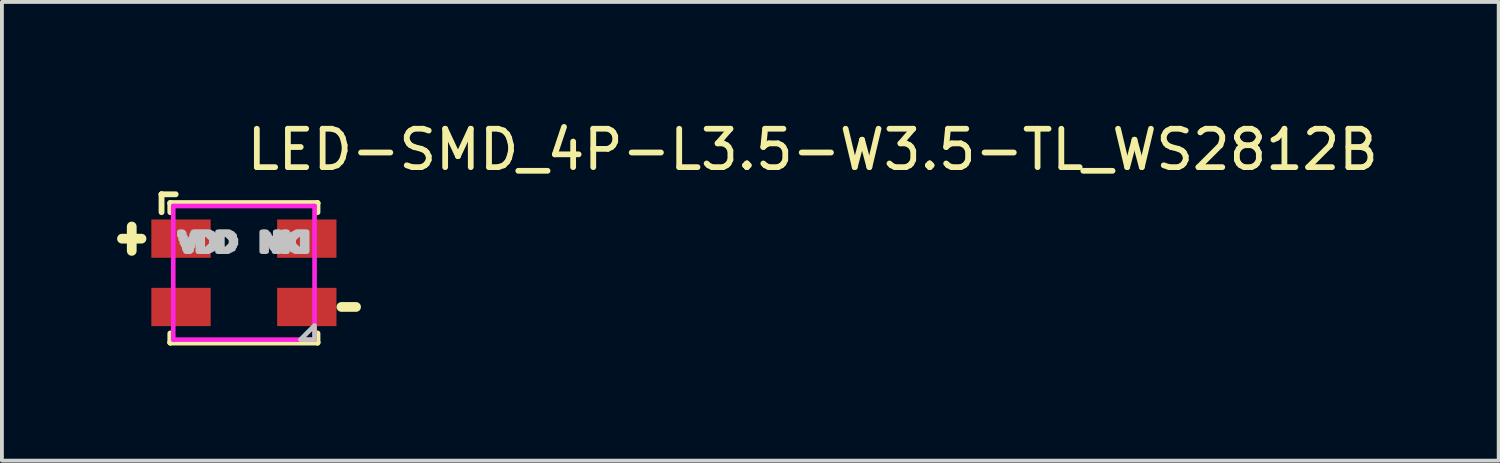
<source format=kicad_pcb>
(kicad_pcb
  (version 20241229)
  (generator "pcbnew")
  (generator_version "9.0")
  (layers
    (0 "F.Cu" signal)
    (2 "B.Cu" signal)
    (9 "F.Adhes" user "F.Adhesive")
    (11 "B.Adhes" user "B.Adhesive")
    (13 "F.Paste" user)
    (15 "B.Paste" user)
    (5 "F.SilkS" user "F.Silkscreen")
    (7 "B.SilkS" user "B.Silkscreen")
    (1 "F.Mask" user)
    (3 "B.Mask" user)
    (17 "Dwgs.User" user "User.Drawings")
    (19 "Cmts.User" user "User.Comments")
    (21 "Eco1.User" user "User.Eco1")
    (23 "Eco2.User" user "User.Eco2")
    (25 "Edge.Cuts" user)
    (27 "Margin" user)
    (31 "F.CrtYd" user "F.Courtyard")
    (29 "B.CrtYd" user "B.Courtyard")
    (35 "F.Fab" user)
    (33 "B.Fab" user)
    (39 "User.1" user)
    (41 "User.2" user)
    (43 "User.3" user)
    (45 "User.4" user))
  (footprint "LED-SMD_4P-L3.5-W3.5-TL_WS2812B"
    (layer "F.Cu")
    (at 3.302 4.055)
    (property "Reference" "LED-SMD_4P-L3.5-W3.5-TL_WS2812B" (at 0 -3.207 0) (layer "F.SilkS") (effects (font (size 1 1) (thickness 0.15)) (justify left)))
    (attr through_hole)
    (fp_line (start -3.175 -0.889) (end -2.667 -0.889) (stroke (width 0.254) (type solid)) (layer "F.SilkS"))
    (fp_line (start -2.921 -1.206) (end -2.921 -0.571) (stroke (width 0.254) (type solid)) (layer "F.SilkS"))
    (fp_line (start -2.145 -2.045) (end -2.145 -2.045) (stroke (width 0.152) (type solid)) (layer "F.SilkS"))
    (fp_line (start -2.145 -2.045) (end -1.777 -2.045) (stroke (width 0.152) (type solid)) (layer "F.SilkS"))
    (fp_line (start -2.145 -1.579) (end -2.145 -2.045) (stroke (width 0.152) (type solid)) (layer "F.SilkS"))
    (fp_line (start -1.916 -1.816) (end -1.916 -1.816) (stroke (width 0.152) (type solid)) (layer "F.SilkS"))
    (fp_line (start -1.916 -1.816) (end 1.916 -1.816) (stroke (width 0.152) (type solid)) (layer "F.SilkS"))
    (fp_line (start -1.916 -1.579) (end -1.916 -1.816) (stroke (width 0.152) (type solid)) (layer "F.SilkS"))
    (fp_line (start -1.916 1.579) (end -1.916 1.816) (stroke (width 0.152) (type solid)) (layer "F.SilkS"))
    (fp_line (start -1.916 1.816) (end -1.916 1.816) (stroke (width 0.152) (type solid)) (layer "F.SilkS"))
    (fp_line (start -1.916 1.816) (end 1.916 1.816) (stroke (width 0.152) (type solid)) (layer "F.SilkS"))
    (fp_line (start 1.916 -1.816) (end 1.916 -1.816) (stroke (width 0.152) (type solid)) (layer "F.SilkS"))
    (fp_line (start 1.916 -1.816) (end 1.916 -1.579) (stroke (width 0.152) (type solid)) (layer "F.SilkS"))
    (fp_line (start 1.916 1.816) (end 1.916 1.579) (stroke (width 0.152) (type solid)) (layer "F.SilkS"))
    (fp_line (start 1.916 1.816) (end 1.916 1.816) (stroke (width 0.152) (type solid)) (layer "F.SilkS"))
    (fp_line (start 2.54 0.889) (end 2.921 0.889) (stroke (width 0.254) (type solid)) (layer "F.SilkS"))
    (fp_poly (pts (xy -1.68 -1.066) (xy -1.648 -1.066) (xy -1.648 -0.97) (xy -1.68 -0.97)) (stroke (width 0.12) (type solid)) (fill no) (layer "Dwgs.User"))
    (fp_poly (pts (xy -1.648 -1.066) (xy -1.616 -1.066) (xy -1.616 -0.874) (xy -1.648 -0.874)) (stroke (width 0.12) (type solid)) (fill no) (layer "Dwgs.User"))
    (fp_poly (pts (xy -1.616 -1.066) (xy -1.584 -1.066) (xy -1.584 -0.778) (xy -1.616 -0.778)) (stroke (width 0.12) (type solid)) (fill no) (layer "Dwgs.User"))
    (fp_poly (pts (xy -1.584 -1.034) (xy -1.552 -1.034) (xy -1.552 -0.714) (xy -1.584 -0.714)) (stroke (width 0.12) (type solid)) (fill no) (layer "Dwgs.User"))
    (fp_poly (pts (xy -1.552 -0.938) (xy -1.52 -0.938) (xy -1.52 -0.618) (xy -1.552 -0.618)) (stroke (width 0.12) (type solid)) (fill no) (layer "Dwgs.User"))
    (fp_poly (pts (xy -1.52 -0.842) (xy -1.488 -0.842) (xy -1.488 -0.554) (xy -1.52 -0.554)) (stroke (width 0.12) (type solid)) (fill no) (layer "Dwgs.User"))
    (fp_poly (pts (xy -1.488 -0.746) (xy -1.456 -0.746) (xy -1.456 -0.554) (xy -1.488 -0.554)) (stroke (width 0.12) (type solid)) (fill no) (layer "Dwgs.User"))
    (fp_poly (pts (xy -1.456 -0.746) (xy -1.424 -0.746) (xy -1.424 -0.554) (xy -1.456 -0.554)) (stroke (width 0.12) (type solid)) (fill no) (layer "Dwgs.User"))
    (fp_poly (pts (xy -1.424 -0.842) (xy -1.392 -0.842) (xy -1.392 -0.554) (xy -1.424 -0.554)) (stroke (width 0.12) (type solid)) (fill no) (layer "Dwgs.User"))
    (fp_poly (pts (xy -1.392 -0.906) (xy -1.36 -0.906) (xy -1.36 -0.586) (xy -1.392 -0.586)) (stroke (width 0.12) (type solid)) (fill no) (layer "Dwgs.User"))
    (fp_poly (pts (xy -1.36 -1.002) (xy -1.328 -1.002) (xy -1.328 -0.682) (xy -1.36 -0.682)) (stroke (width 0.12) (type solid)) (fill no) (layer "Dwgs.User"))
    (fp_poly (pts (xy -1.328 -1.066) (xy -1.296 -1.066) (xy -1.296 -0.778) (xy -1.328 -0.778)) (stroke (width 0.12) (type solid)) (fill no) (layer "Dwgs.User"))
    (fp_poly (pts (xy -1.296 -1.066) (xy -1.264 -1.066) (xy -1.264 -0.874) (xy -1.296 -0.874)) (stroke (width 0.12) (type solid)) (fill no) (layer "Dwgs.User"))
    (fp_poly (pts (xy -1.264 -1.066) (xy -1.232 -1.066) (xy -1.232 -0.97) (xy -1.264 -0.97)) (stroke (width 0.12) (type solid)) (fill no) (layer "Dwgs.User"))
    (fp_poly (pts (xy -1.232 -1.066) (xy -1.2 -1.066) (xy -1.2 -1.034) (xy -1.232 -1.034)) (stroke (width 0.12) (type solid)) (fill no) (layer "Dwgs.User"))
    (fp_poly (pts (xy -1.2 -1.066) (xy -1.168 -1.066) (xy -1.168 -0.554) (xy -1.2 -0.554)) (stroke (width 0.12) (type solid)) (fill no) (layer "Dwgs.User"))
    (fp_poly (pts (xy -1.168 -1.066) (xy -1.136 -1.066) (xy -1.136 -0.554) (xy -1.168 -0.554)) (stroke (width 0.12) (type solid)) (fill no) (layer "Dwgs.User"))
    (fp_poly (pts (xy -1.136 -1.066) (xy -1.104 -1.066) (xy -1.104 -0.554) (xy -1.136 -0.554)) (stroke (width 0.12) (type solid)) (fill no) (layer "Dwgs.User"))
    (fp_poly (pts (xy -1.104 -1.066) (xy -1.072 -1.066) (xy -1.072 -0.554) (xy -1.104 -0.554)) (stroke (width 0.12) (type solid)) (fill no) (layer "Dwgs.User"))
    (fp_poly (pts (xy -1.072 -1.066) (xy -1.04 -1.066) (xy -1.04 -1.002) (xy -1.072 -1.002)) (stroke (width 0.12) (type solid)) (fill no) (layer "Dwgs.User"))
    (fp_poly (pts (xy -1.072 -0.618) (xy -1.04 -0.618) (xy -1.04 -0.554) (xy -1.072 -0.554)) (stroke (width 0.12) (type solid)) (fill no) (layer "Dwgs.User"))
    (fp_poly (pts (xy -1.04 -1.066) (xy -1.008 -1.066) (xy -1.008 -1.002) (xy -1.04 -1.002)) (stroke (width 0.12) (type solid)) (fill no) (layer "Dwgs.User"))
    (fp_poly (pts (xy -1.04 -0.618) (xy -1.008 -0.618) (xy -1.008 -0.554) (xy -1.04 -0.554)) (stroke (width 0.12) (type solid)) (fill no) (layer "Dwgs.User"))
    (fp_poly (pts (xy -1.008 -1.066) (xy -0.976 -1.066) (xy -0.976 -1.002) (xy -1.008 -1.002)) (stroke (width 0.12) (type solid)) (fill no) (layer "Dwgs.User"))
    (fp_poly (pts (xy -1.008 -0.618) (xy -0.976 -0.618) (xy -0.976 -0.554) (xy -1.008 -0.554)) (stroke (width 0.12) (type solid)) (fill no) (layer "Dwgs.User"))
    (fp_poly (pts (xy -0.976 -1.066) (xy -0.944 -1.066) (xy -0.944 -1.002) (xy -0.976 -1.002)) (stroke (width 0.12) (type solid)) (fill no) (layer "Dwgs.User"))
    (fp_poly (pts (xy -0.976 -0.618) (xy -0.944 -0.618) (xy -0.944 -0.554) (xy -0.976 -0.554)) (stroke (width 0.12) (type solid)) (fill no) (layer "Dwgs.User"))
    (fp_poly (pts (xy -0.944 -1.066) (xy -0.912 -1.066) (xy -0.912 -0.97) (xy -0.944 -0.97)) (stroke (width 0.12) (type solid)) (fill no) (layer "Dwgs.User"))
    (fp_poly (pts (xy -0.944 -0.65) (xy -0.912 -0.65) (xy -0.912 -0.554) (xy -0.944 -0.554)) (stroke (width 0.12) (type solid)) (fill no) (layer "Dwgs.User"))
    (fp_poly (pts (xy -0.912 -1.066) (xy -0.88 -1.066) (xy -0.88 -0.938) (xy -0.912 -0.938)) (stroke (width 0.12) (type solid)) (fill no) (layer "Dwgs.User"))
    (fp_poly (pts (xy -0.912 -0.682) (xy -0.88 -0.682) (xy -0.88 -0.586) (xy -0.912 -0.586)) (stroke (width 0.12) (type solid)) (fill no) (layer "Dwgs.User"))
    (fp_poly (pts (xy -0.88 -1.034) (xy -0.848 -1.034) (xy -0.848 -0.906) (xy -0.88 -0.906)) (stroke (width 0.12) (type solid)) (fill no) (layer "Dwgs.User"))
    (fp_poly (pts (xy -0.88 -0.714) (xy -0.848 -0.714) (xy -0.848 -0.586) (xy -0.88 -0.586)) (stroke (width 0.12) (type solid)) (fill no) (layer "Dwgs.User"))
    (fp_poly (pts (xy -0.848 -1.034) (xy -0.816 -1.034) (xy -0.816 -0.618) (xy -0.848 -0.618)) (stroke (width 0.12) (type solid)) (fill no) (layer "Dwgs.User"))
    (fp_poly (pts (xy -0.816 -1.002) (xy -0.784 -1.002) (xy -0.784 -0.618) (xy -0.816 -0.618)) (stroke (width 0.12) (type solid)) (fill no) (layer "Dwgs.User"))
    (fp_poly (pts (xy -0.784 -0.97) (xy -0.752 -0.97) (xy -0.752 -0.682) (xy -0.784 -0.682)) (stroke (width 0.12) (type solid)) (fill no) (layer "Dwgs.User"))
    (fp_poly (pts (xy -0.752 -0.874) (xy -0.72 -0.874) (xy -0.72 -0.746) (xy -0.752 -0.746)) (stroke (width 0.12) (type solid)) (fill no) (layer "Dwgs.User"))
    (fp_poly (pts (xy -0.688 -1.066) (xy -0.656 -1.066) (xy -0.656 -0.554) (xy -0.688 -0.554)) (stroke (width 0.12) (type solid)) (fill no) (layer "Dwgs.User"))
    (fp_poly (pts (xy -0.656 -1.066) (xy -0.624 -1.066) (xy -0.624 -0.554) (xy -0.656 -0.554)) (stroke (width 0.12) (type solid)) (fill no) (layer "Dwgs.User"))
    (fp_poly (pts (xy -0.624 -1.066) (xy -0.592 -1.066) (xy -0.592 -0.554) (xy -0.624 -0.554)) (stroke (width 0.12) (type solid)) (fill no) (layer "Dwgs.User"))
    (fp_poly (pts (xy -0.592 -1.066) (xy -0.56 -1.066) (xy -0.56 -0.554) (xy -0.592 -0.554)) (stroke (width 0.12) (type solid)) (fill no) (layer "Dwgs.User"))
    (fp_poly (pts (xy -0.56 -1.066) (xy -0.528 -1.066) (xy -0.528 -1.002) (xy -0.56 -1.002)) (stroke (width 0.12) (type solid)) (fill no) (layer "Dwgs.User"))
    (fp_poly (pts (xy -0.56 -0.618) (xy -0.528 -0.618) (xy -0.528 -0.554) (xy -0.56 -0.554)) (stroke (width 0.12) (type solid)) (fill no) (layer "Dwgs.User"))
    (fp_poly (pts (xy -0.528 -1.066) (xy -0.496 -1.066) (xy -0.496 -1.002) (xy -0.528 -1.002)) (stroke (width 0.12) (type solid)) (fill no) (layer "Dwgs.User"))
    (fp_poly (pts (xy -0.528 -0.618) (xy -0.496 -0.618) (xy -0.496 -0.554) (xy -0.528 -0.554)) (stroke (width 0.12) (type solid)) (fill no) (layer "Dwgs.User"))
    (fp_poly (pts (xy -0.496 -1.066) (xy -0.464 -1.066) (xy -0.464 -1.002) (xy -0.496 -1.002)) (stroke (width 0.12) (type solid)) (fill no) (layer "Dwgs.User"))
    (fp_poly (pts (xy -0.496 -0.618) (xy -0.464 -0.618) (xy -0.464 -0.554) (xy -0.496 -0.554)) (stroke (width 0.12) (type solid)) (fill no) (layer "Dwgs.User"))
    (fp_poly (pts (xy -0.464 -1.066) (xy -0.432 -1.066) (xy -0.432 -1.002) (xy -0.464 -1.002)) (stroke (width 0.12) (type solid)) (fill no) (layer "Dwgs.User"))
    (fp_poly (pts (xy -0.464 -0.618) (xy -0.432 -0.618) (xy -0.432 -0.554) (xy -0.464 -0.554)) (stroke (width 0.12) (type solid)) (fill no) (layer "Dwgs.User"))
    (fp_poly (pts (xy -0.432 -1.066) (xy -0.4 -1.066) (xy -0.4 -0.97) (xy -0.432 -0.97)) (stroke (width 0.12) (type solid)) (fill no) (layer "Dwgs.User"))
    (fp_poly (pts (xy -0.432 -0.65) (xy -0.4 -0.65) (xy -0.4 -0.554) (xy -0.432 -0.554)) (stroke (width 0.12) (type solid)) (fill no) (layer "Dwgs.User"))
    (fp_poly (pts (xy -0.4 -1.066) (xy -0.368 -1.066) (xy -0.368 -0.938) (xy -0.4 -0.938)) (stroke (width 0.12) (type solid)) (fill no) (layer "Dwgs.User"))
    (fp_poly (pts (xy -0.4 -0.682) (xy -0.368 -0.682) (xy -0.368 -0.586) (xy -0.4 -0.586)) (stroke (width 0.12) (type solid)) (fill no) (layer "Dwgs.User"))
    (fp_poly (pts (xy -0.368 -1.034) (xy -0.336 -1.034) (xy -0.336 -0.906) (xy -0.368 -0.906)) (stroke (width 0.12) (type solid)) (fill no) (layer "Dwgs.User"))
    (fp_poly (pts (xy -0.368 -0.714) (xy -0.336 -0.714) (xy -0.336 -0.586) (xy -0.368 -0.586)) (stroke (width 0.12) (type solid)) (fill no) (layer "Dwgs.User"))
    (fp_poly (pts (xy -0.336 -1.034) (xy -0.304 -1.034) (xy -0.304 -0.618) (xy -0.336 -0.618)) (stroke (width 0.12) (type solid)) (fill no) (layer "Dwgs.User"))
    (fp_poly (pts (xy -0.304 -1.002) (xy -0.272 -1.002) (xy -0.272 -0.618) (xy -0.304 -0.618)) (stroke (width 0.12) (type solid)) (fill no) (layer "Dwgs.User"))
    (fp_poly (pts (xy -0.272 -0.97) (xy -0.24 -0.97) (xy -0.24 -0.682) (xy -0.272 -0.682)) (stroke (width 0.12) (type solid)) (fill no) (layer "Dwgs.User"))
    (fp_poly (pts (xy -0.24 -0.874) (xy -0.208 -0.874) (xy -0.208 -0.746) (xy -0.24 -0.746)) (stroke (width 0.12) (type solid)) (fill no) (layer "Dwgs.User"))
    (fp_poly (pts (xy 0.464 -1.066) (xy 0.496 -1.066) (xy 0.496 -0.554) (xy 0.464 -0.554)) (stroke (width 0.12) (type solid)) (fill no) (layer "Dwgs.User"))
    (fp_poly (pts (xy 0.496 -1.066) (xy 0.528 -1.066) (xy 0.528 -0.554) (xy 0.496 -0.554)) (stroke (width 0.12) (type solid)) (fill no) (layer "Dwgs.User"))
    (fp_poly (pts (xy 0.528 -1.066) (xy 0.56 -1.066) (xy 0.56 -0.554) (xy 0.528 -0.554)) (stroke (width 0.12) (type solid)) (fill no) (layer "Dwgs.User"))
    (fp_poly (pts (xy 0.56 -1.066) (xy 0.592 -1.066) (xy 0.592 -0.554) (xy 0.56 -0.554)) (stroke (width 0.12) (type solid)) (fill no) (layer "Dwgs.User"))
    (fp_poly (pts (xy 0.592 -1.034) (xy 0.624 -1.034) (xy 0.624 -0.842) (xy 0.592 -0.842)) (stroke (width 0.12) (type solid)) (fill no) (layer "Dwgs.User"))
    (fp_poly (pts (xy 0.624 -1.002) (xy 0.656 -1.002) (xy 0.656 -0.81) (xy 0.624 -0.81)) (stroke (width 0.12) (type solid)) (fill no) (layer "Dwgs.User"))
    (fp_poly (pts (xy 0.656 -0.938) (xy 0.688 -0.938) (xy 0.688 -0.746) (xy 0.656 -0.746)) (stroke (width 0.12) (type solid)) (fill no) (layer "Dwgs.User"))
    (fp_poly (pts (xy 0.688 -0.906) (xy 0.72 -0.906) (xy 0.72 -0.714) (xy 0.688 -0.714)) (stroke (width 0.12) (type solid)) (fill no) (layer "Dwgs.User"))
    (fp_poly (pts (xy 0.72 -0.842) (xy 0.752 -0.842) (xy 0.752 -0.65) (xy 0.72 -0.65)) (stroke (width 0.12) (type solid)) (fill no) (layer "Dwgs.User"))
    (fp_poly (pts (xy 0.752 -0.778) (xy 0.784 -0.778) (xy 0.784 -0.618) (xy 0.752 -0.618)) (stroke (width 0.12) (type solid)) (fill no) (layer "Dwgs.User"))
    (fp_poly (pts (xy 0.784 -0.746) (xy 0.816 -0.746) (xy 0.816 -0.554) (xy 0.784 -0.554)) (stroke (width 0.12) (type solid)) (fill no) (layer "Dwgs.User"))
    (fp_poly (pts (xy 0.816 -1.066) (xy 0.848 -1.066) (xy 0.848 -0.554) (xy 0.816 -0.554)) (stroke (width 0.12) (type solid)) (fill no) (layer "Dwgs.User"))
    (fp_poly (pts (xy 0.848 -1.066) (xy 0.88 -1.066) (xy 0.88 -0.554) (xy 0.848 -0.554)) (stroke (width 0.12) (type solid)) (fill no) (layer "Dwgs.User"))
    (fp_poly (pts (xy 0.88 -1.066) (xy 0.912 -1.066) (xy 0.912 -0.554) (xy 0.88 -0.554)) (stroke (width 0.12) (type solid)) (fill no) (layer "Dwgs.User"))
    (fp_poly (pts (xy 0.912 -1.066) (xy 0.944 -1.066) (xy 0.944 -0.554) (xy 0.912 -0.554)) (stroke (width 0.12) (type solid)) (fill no) (layer "Dwgs.User"))
    (fp_poly (pts (xy 1.008 -1.066) (xy 1.04 -1.066) (xy 1.04 -0.554) (xy 1.008 -0.554)) (stroke (width 0.12) (type solid)) (fill no) (layer "Dwgs.User"))
    (fp_poly (pts (xy 1.04 -1.066) (xy 1.072 -1.066) (xy 1.072 -0.554) (xy 1.04 -0.554)) (stroke (width 0.12) (type solid)) (fill no) (layer "Dwgs.User"))
    (fp_poly (pts (xy 1.072 -1.066) (xy 1.104 -1.066) (xy 1.104 -0.554) (xy 1.072 -0.554)) (stroke (width 0.12) (type solid)) (fill no) (layer "Dwgs.User"))
    (fp_poly (pts (xy 1.104 -1.066) (xy 1.136 -1.066) (xy 1.136 -0.554) (xy 1.104 -0.554)) (stroke (width 0.12) (type solid)) (fill no) (layer "Dwgs.User"))
    (fp_poly (pts (xy 1.168 -0.874) (xy 1.2 -0.874) (xy 1.2 -0.746) (xy 1.168 -0.746)) (stroke (width 0.12) (type solid)) (fill no) (layer "Dwgs.User"))
    (fp_poly (pts (xy 1.2 -0.938) (xy 1.232 -0.938) (xy 1.232 -0.65) (xy 1.2 -0.65)) (stroke (width 0.12) (type solid)) (fill no) (layer "Dwgs.User"))
    (fp_poly (pts (xy 1.232 -1.002) (xy 1.264 -1.002) (xy 1.264 -0.618) (xy 1.232 -0.618)) (stroke (width 0.12) (type solid)) (fill no) (layer "Dwgs.User"))
    (fp_poly (pts (xy 1.264 -1.002) (xy 1.296 -1.002) (xy 1.296 -0.586) (xy 1.264 -0.586)) (stroke (width 0.12) (type solid)) (fill no) (layer "Dwgs.User"))
    (fp_poly (pts (xy 1.296 -1.034) (xy 1.328 -1.034) (xy 1.328 -0.906) (xy 1.296 -0.906)) (stroke (width 0.12) (type solid)) (fill no) (layer "Dwgs.User"))
    (fp_poly (pts (xy 1.296 -0.714) (xy 1.328 -0.714) (xy 1.328 -0.586) (xy 1.296 -0.586)) (stroke (width 0.12) (type solid)) (fill no) (layer "Dwgs.User"))
    (fp_poly (pts (xy 1.328 -1.034) (xy 1.36 -1.034) (xy 1.36 -0.938) (xy 1.328 -0.938)) (stroke (width 0.12) (type solid)) (fill no) (layer "Dwgs.User"))
    (fp_poly (pts (xy 1.328 -0.682) (xy 1.36 -0.682) (xy 1.36 -0.554) (xy 1.328 -0.554)) (stroke (width 0.12) (type solid)) (fill no) (layer "Dwgs.User"))
    (fp_poly (pts (xy 1.36 -1.066) (xy 1.392 -1.066) (xy 1.392 -0.97) (xy 1.36 -0.97)) (stroke (width 0.12) (type solid)) (fill no) (layer "Dwgs.User"))
    (fp_poly (pts (xy 1.36 -0.65) (xy 1.392 -0.65) (xy 1.392 -0.554) (xy 1.36 -0.554)) (stroke (width 0.12) (type solid)) (fill no) (layer "Dwgs.User"))
    (fp_poly (pts (xy 1.392 -1.066) (xy 1.424 -1.066) (xy 1.424 -1.002) (xy 1.392 -1.002)) (stroke (width 0.12) (type solid)) (fill no) (layer "Dwgs.User"))
    (fp_poly (pts (xy 1.392 -0.618) (xy 1.424 -0.618) (xy 1.424 -0.554) (xy 1.392 -0.554)) (stroke (width 0.12) (type solid)) (fill no) (layer "Dwgs.User"))
    (fp_poly (pts (xy 1.424 -1.066) (xy 1.456 -1.066) (xy 1.456 -1.002) (xy 1.424 -1.002)) (stroke (width 0.12) (type solid)) (fill no) (layer "Dwgs.User"))
    (fp_poly (pts (xy 1.424 -0.618) (xy 1.456 -0.618) (xy 1.456 -0.554) (xy 1.424 -0.554)) (stroke (width 0.12) (type solid)) (fill no) (layer "Dwgs.User"))
    (fp_poly (pts (xy 1.456 -1.066) (xy 1.488 -1.066) (xy 1.488 -1.002) (xy 1.456 -1.002)) (stroke (width 0.12) (type solid)) (fill no) (layer "Dwgs.User"))
    (fp_poly (pts (xy 1.456 -0.618) (xy 1.488 -0.618) (xy 1.488 -0.554) (xy 1.456 -0.554)) (stroke (width 0.12) (type solid)) (fill no) (layer "Dwgs.User"))
    (fp_poly (pts (xy 1.488 -1.066) (xy 1.52 -1.066) (xy 1.52 -1.002) (xy 1.488 -1.002)) (stroke (width 0.12) (type solid)) (fill no) (layer "Dwgs.User"))
    (fp_poly (pts (xy 1.488 -0.618) (xy 1.52 -0.618) (xy 1.52 -0.554) (xy 1.488 -0.554)) (stroke (width 0.12) (type solid)) (fill no) (layer "Dwgs.User"))
    (fp_poly (pts (xy 1.52 -1.066) (xy 1.552 -1.066) (xy 1.552 -0.554) (xy 1.52 -0.554)) (stroke (width 0.12) (type solid)) (fill no) (layer "Dwgs.User"))
    (fp_poly (pts (xy 1.552 -1.066) (xy 1.584 -1.066) (xy 1.584 -0.554) (xy 1.552 -0.554)) (stroke (width 0.12) (type solid)) (fill no) (layer "Dwgs.User"))
    (fp_poly (pts (xy 1.584 -1.066) (xy 1.616 -1.066) (xy 1.616 -0.554) (xy 1.584 -0.554)) (stroke (width 0.12) (type solid)) (fill no) (layer "Dwgs.User"))
    (fp_poly (pts (xy 1.616 -1.066) (xy 1.648 -1.066) (xy 1.648 -0.554) (xy 1.616 -0.554)) (stroke (width 0.12) (type solid)) (fill no) (layer "Dwgs.User"))
    (fp_poly (pts (xy 1.84 1.74) (xy 1.472 1.74) (xy 1.84 1.372) (xy 1.84 1.74)) (stroke (width 0.12) (type solid)) (fill no) (layer "Dwgs.User"))
    (fp_circle (center -1.84 -1.74) (end -1.81 -1.74) (stroke (width 0.06) (type solid)) (fill no) (layer "Eco2.User"))
    (fp_poly (pts (xy -1.84 -1.29) (xy -0.89 -1.29) (xy -0.89 -0.49) (xy -1.84 -0.49)) (stroke (width 0.12) (type solid)) (fill no) (layer "Eco2.User"))
    (fp_poly (pts (xy -1.84 0.49) (xy -0.89 0.49) (xy -0.89 1.29) (xy -1.84 1.29)) (stroke (width 0.12) (type solid)) (fill no) (layer "Eco2.User"))
    (fp_poly (pts (xy 1.84 -1.29) (xy 0.89 -1.29) (xy 0.89 -0.49) (xy 1.84 -0.49)) (stroke (width 0.12) (type solid)) (fill no) (layer "Eco2.User"))
    (fp_poly (pts (xy 1.84 0.49) (xy 0.89 0.49) (xy 0.89 1.29) (xy 1.84 1.29)) (stroke (width 0.12) (type solid)) (fill no) (layer "Eco2.User"))
    (fp_line (start -1.84 -1.74) (end 1.84 -1.74) (stroke (width 0.12) (type solid)) (layer "F.CrtYd"))
    (fp_line (start -1.84 1.74) (end -1.84 -1.74) (stroke (width 0.12) (type solid)) (layer "F.CrtYd"))
    (fp_line (start 1.84 -1.74) (end 1.84 1.74) (stroke (width 0.12) (type solid)) (layer "F.CrtYd"))
    (fp_line (start 1.84 1.74) (end -1.84 1.74) (stroke (width 0.12) (type solid)) (layer "F.CrtYd"))
    (pad "1" smd rect (at -1.638 -0.89) (size 1.545 0.997) (layers "F.Cu" "F.Mask" "F.Paste"))
    (pad "2" smd rect (at -1.638 0.89) (size 1.545 0.997) (layers "F.Cu" "F.Mask" "F.Paste"))
    (pad "3" smd rect (at 1.638 0.89) (size 1.545 0.997) (layers "F.Cu" "F.Mask" "F.Paste"))
    (pad "4" smd rect (at 1.638 -0.89) (size 1.545 0.997) (layers "F.Cu" "F.Mask" "F.Paste")))
  (gr_rect
    (start -3 -3)
    (end 35.981 8.947)
    (stroke (width 0.1) (type default))
    (fill no)
    (layer "Edge.Cuts")))
</source>
